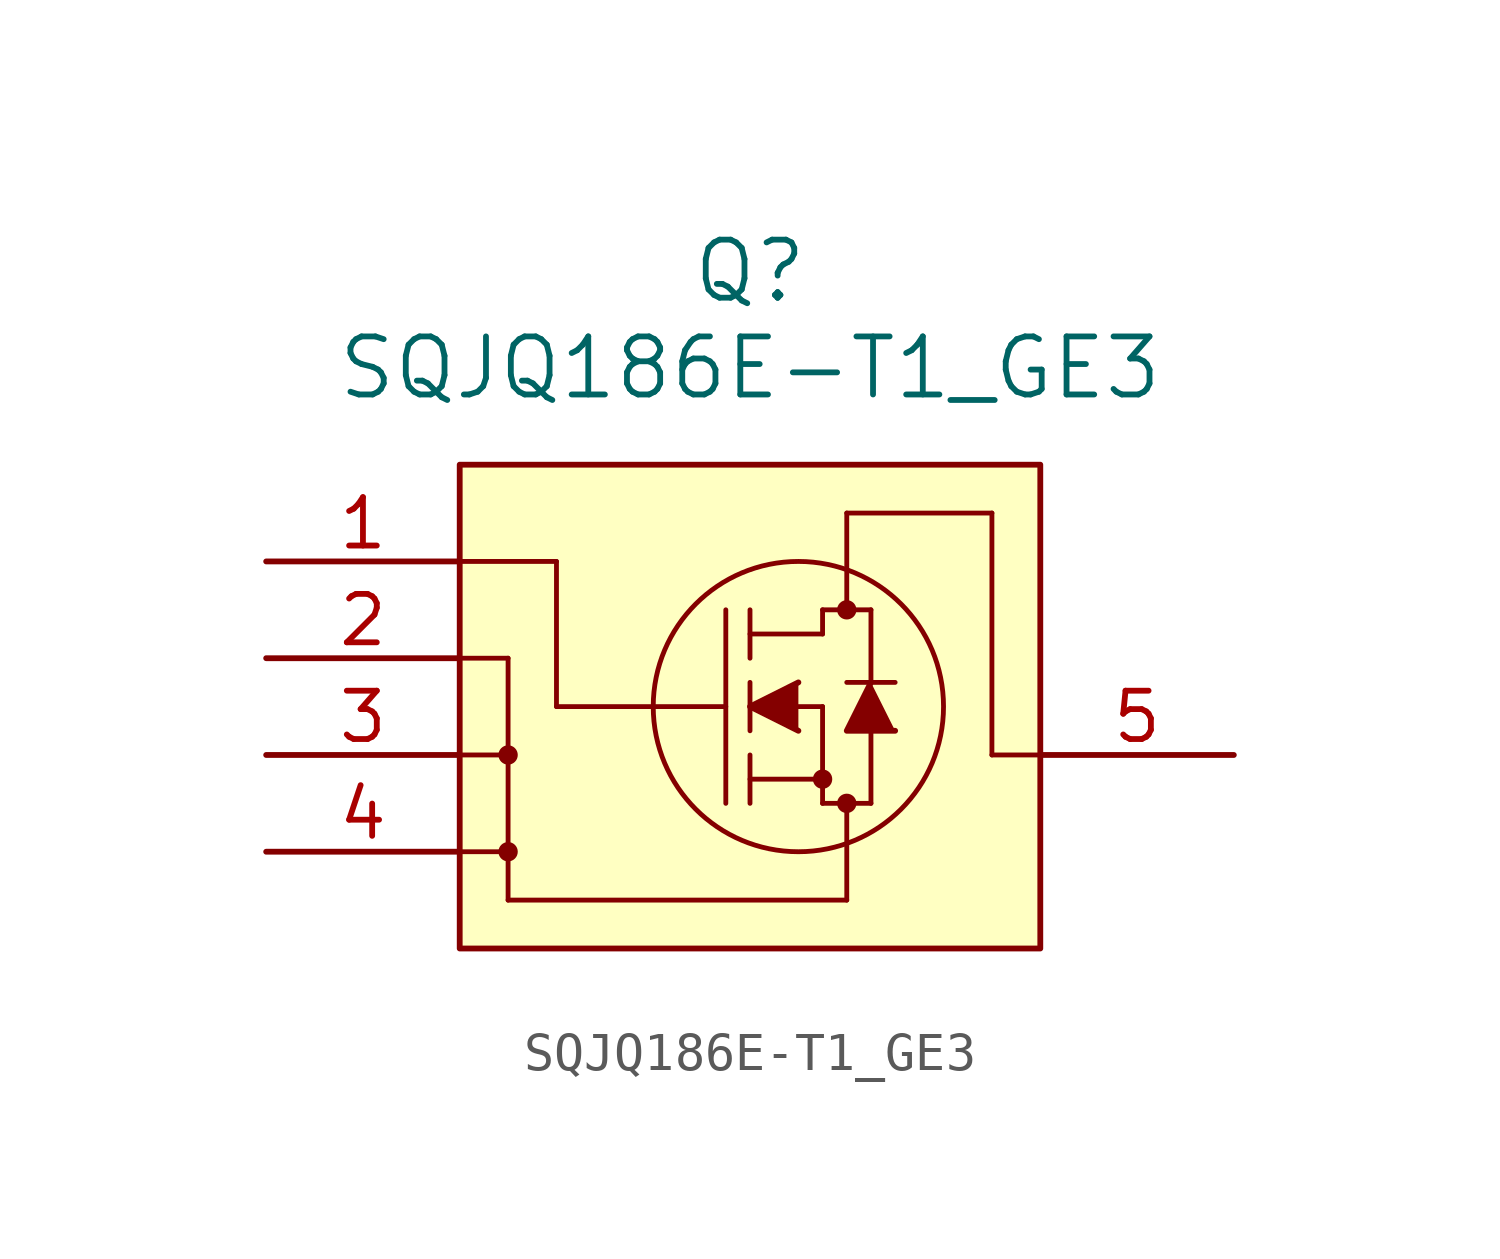
<source format=kicad_sym>
(kicad_symbol_lib
  (version 20220914)
  (generator kicad_symbol_editor)
  (symbol "SQJQ186E-T1_GE3"
    (pin_names
      (offset 0.254))
    (property "Reference" "Q"
      (at 15.24 7.62 0)
      (effects (font (size 1.524 1.524))))
    (property "Value" "SQJQ186E-T1_GE3"
      (at 15.24 5.08 0)
      (effects (font (size 1.524 1.524))))
    (property "ki_locked" ""
      (at 0 0 0)
      (effects (font (size 1.27 1.27))))
    (symbol "SQJQ186E-T1_GE3_0_1"
      (polyline (pts (xy 7.62 -7.62) (xy 8.89 -7.62)) (stroke (width 0.127) (type default)) (fill (type none)))
      (polyline (pts (xy 7.62 -5.08) (xy 8.89 -5.08)) (stroke (width 0.127) (type default)) (fill (type none)))
      (polyline (pts (xy 7.62 -2.54) (xy 8.89 -2.54)) (stroke (width 0.127) (type default)) (fill (type none)))
      (polyline (pts (xy 7.62 0) (xy 10.16 0)) (stroke (width 0.127) (type default)) (fill (type none)))
      (polyline (pts (xy 8.89 -8.89) (xy 17.78 -8.89)) (stroke (width 0.127) (type default)) (fill (type none)))
      (polyline (pts (xy 8.89 -2.54) (xy 8.89 -8.89)) (stroke (width 0.127) (type default)) (fill (type none)))
      (polyline (pts (xy 10.16 -3.81) (xy 14.605 -3.81)) (stroke (width 0.127) (type default)) (fill (type none)))
      (polyline (pts (xy 10.16 0) (xy 10.16 -3.81)) (stroke (width 0.127) (type default)) (fill (type none)))
      (polyline (pts (xy 14.605 -6.35) (xy 14.605 -1.27)) (stroke (width 0.127) (type default)) (fill (type none)))
      (polyline (pts (xy 15.24 -6.35) (xy 15.24 -5.08)) (stroke (width 0.127) (type default)) (fill (type none)))
      (polyline (pts (xy 15.24 -5.715) (xy 17.145 -5.715)) (stroke (width 0.127) (type default)) (fill (type none)))
      (polyline (pts (xy 15.24 -4.445) (xy 15.24 -3.175)) (stroke (width 0.127) (type default)) (fill (type none)))
      (polyline (pts (xy 15.24 -2.54) (xy 15.24 -1.27)) (stroke (width 0.127) (type default)) (fill (type none)))
      (polyline (pts (xy 15.24 -1.905) (xy 17.145 -1.905)) (stroke (width 0.127) (type default)) (fill (type none)))
      (polyline (pts (xy 16.51 -3.81) (xy 17.145 -3.81)) (stroke (width 0.127) (type default)) (fill (type none)))
      (polyline (pts (xy 17.145 -6.35) (xy 17.145 -3.81)) (stroke (width 0.127) (type default)) (fill (type none)))
      (polyline (pts (xy 17.145 -6.35) (xy 18.415 -6.35)) (stroke (width 0.127) (type default)) (fill (type none)))
      (polyline (pts (xy 17.145 -1.905) (xy 17.145 -1.27)) (stroke (width 0.127) (type default)) (fill (type none)))
      (polyline (pts (xy 17.145 -1.27) (xy 18.415 -1.27)) (stroke (width 0.127) (type default)) (fill (type none)))
      (polyline (pts (xy 17.78 -8.89) (xy 17.78 -6.35)) (stroke (width 0.127) (type default)) (fill (type none)))
      (polyline (pts (xy 17.78 1.27) (xy 17.78 -1.27)) (stroke (width 0.127) (type default)) (fill (type none)))
      (polyline (pts (xy 18.415 -6.35) (xy 18.415 -4.445)) (stroke (width 0.127) (type default)) (fill (type none)))
      (polyline (pts (xy 18.415 -3.175) (xy 18.415 -1.27)) (stroke (width 0.127) (type default)) (fill (type none)))
      (polyline (pts (xy 19.05 -3.175) (xy 17.78 -3.175)) (stroke (width 0.127) (type default)) (fill (type none)))
      (polyline (pts (xy 21.59 -5.08) (xy 21.59 1.27)) (stroke (width 0.127) (type default)) (fill (type none)))
      (polyline (pts (xy 21.59 -5.08) (xy 22.86 -5.08)) (stroke (width 0.127) (type default)) (fill (type none)))
      (polyline (pts (xy 21.59 1.27) (xy 17.78 1.27)) (stroke (width 0.127) (type default)) (fill (type none)))
      (polyline (pts (xy 16.51 -3.175) (xy 15.24 -3.81) (xy 16.51 -4.445)) (stroke (width 0) (type default)) (fill (type outline)))
      (polyline (pts (xy 19.05 -4.445) (xy 17.78 -4.445) (xy 18.415 -3.175)) (stroke (width 0) (type default)) (fill (type outline)))
      (circle (center 8.89 -7.62) (radius 0.127) (stroke (width 0.254) (type default)) (fill (type none)))
      (circle (center 8.89 -5.08) (radius 0.127) (stroke (width 0.254) (type default)) (fill (type none)))
      (circle (center 16.51 -3.81) (radius 3.81) (stroke (width 0.127) (type default)) (fill (type none)))
      (circle (center 17.145 -5.715) (radius 0.127) (stroke (width 0.254) (type default)) (fill (type none)))
      (circle (center 17.78 -6.35) (radius 0.127) (stroke (width 0.254) (type default)) (fill (type none)))
      (circle (center 17.78 -1.27) (radius 0.127) (stroke (width 0.254) (type default)) (fill (type none))))
    (symbol "SQJQ186E-T1_GE3_1_1"
      (rectangle (start 7.62 2.54) (end 22.86 -10.16) (stroke (width 0) (type default)) (fill (type background)))
      (pin unspecified line (at 2.54 0 0) (length 5.08) (name "" (effects (font (size 1.27 1.27)))) (number "1" (effects (font (size 1.27 1.27)))))
      (pin unspecified line (at 2.54 -2.54 0) (length 5.08) (name "" (effects (font (size 1.27 1.27)))) (number "2" (effects (font (size 1.27 1.27)))))
      (pin unspecified line (at 2.54 -5.08 0) (length 5.08) (name "" (effects (font (size 1.27 1.27)))) (number "3" (effects (font (size 1.27 1.27)))))
      (pin unspecified line (at 2.54 -7.62 0) (length 5.08) (name "" (effects (font (size 1.27 1.27)))) (number "4" (effects (font (size 1.27 1.27)))))
      (pin unspecified line (at 27.94 -5.08 180) (length 5.08) (name "" (effects (font (size 1.27 1.27)))) (number "5" (effects (font (size 1.27 1.27))))))))
</source>
